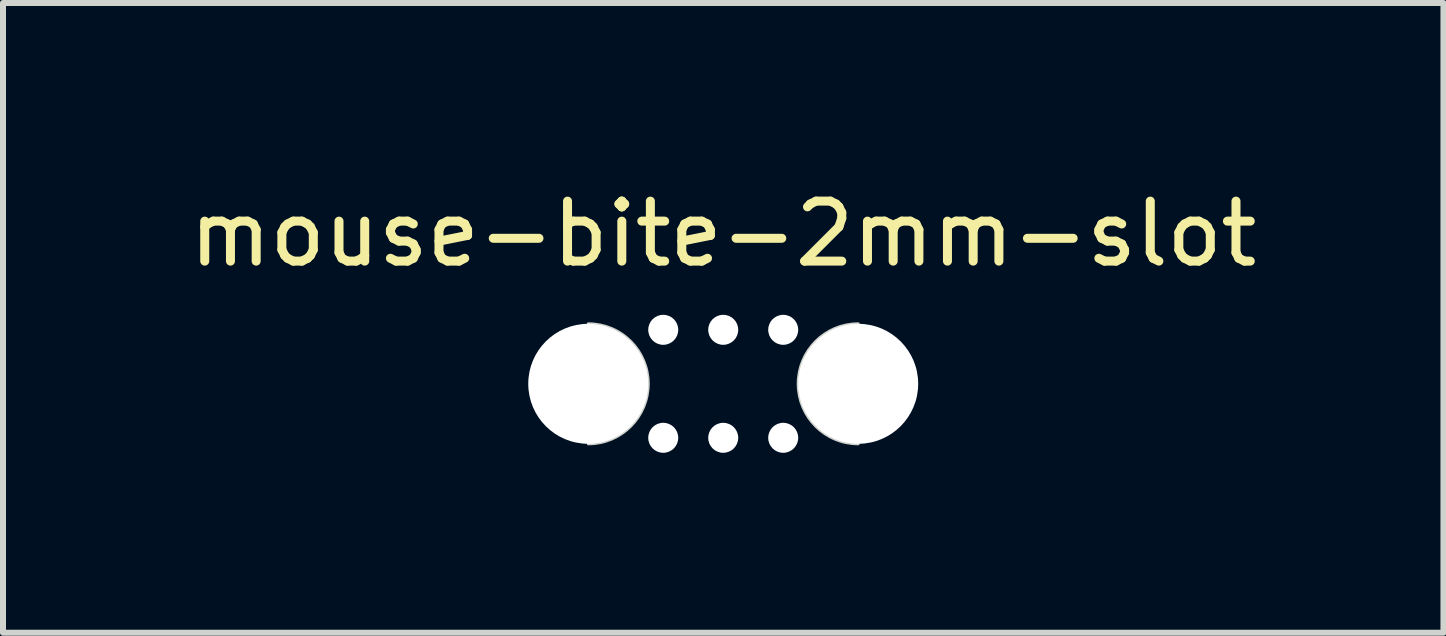
<source format=kicad_pcb>
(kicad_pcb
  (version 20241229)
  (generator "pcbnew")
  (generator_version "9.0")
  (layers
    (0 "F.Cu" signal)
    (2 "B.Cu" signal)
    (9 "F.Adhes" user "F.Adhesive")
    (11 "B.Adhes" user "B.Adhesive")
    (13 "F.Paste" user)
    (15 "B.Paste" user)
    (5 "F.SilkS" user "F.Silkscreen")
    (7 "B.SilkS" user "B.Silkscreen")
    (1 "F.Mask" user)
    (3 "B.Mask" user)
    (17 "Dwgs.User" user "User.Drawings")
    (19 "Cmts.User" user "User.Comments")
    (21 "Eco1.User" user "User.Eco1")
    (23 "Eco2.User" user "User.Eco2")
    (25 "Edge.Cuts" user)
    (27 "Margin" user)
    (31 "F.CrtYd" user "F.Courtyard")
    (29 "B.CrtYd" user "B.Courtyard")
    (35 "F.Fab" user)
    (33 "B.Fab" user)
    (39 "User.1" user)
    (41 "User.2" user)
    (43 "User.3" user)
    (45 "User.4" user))
  (footprint "mouse-bite-2mm-slot"
    (layer "F.Cu")
    (at 9.006 3.348)
    (property "Reference" "mouse-bite-2mm-slot" (at 0 -2.5 0) (layer "F.SilkS") (effects (font (size 1 1) (thickness 0.15))))
    (attr exclude_from_pos_files exclude_from_bom)
    (fp_arc (start -2.25 -1) (mid -1.25 0) (end -2.25 1) (stroke (width 0.05) (type default)) (layer "Edge.Cuts"))
    (fp_arc (start 2.25 1) (mid 1.25 0) (end 2.25 -1) (stroke (width 0.05) (type default)) (layer "Edge.Cuts"))
    (pad "" np_thru_hole circle (at -2.25 0 180) (size 2 2) (drill 2) (layers "*.Cu"))
    (pad "" np_thru_hole circle (at -1 -0.9) (size 0.5 0.5) (drill 0.5) (layers "*.Cu"))
    (pad "" np_thru_hole circle (at -1 0.9) (size 0.5 0.5) (drill 0.5) (layers "*.Cu"))
    (pad "" np_thru_hole circle (at 0 -0.9) (size 0.5 0.5) (drill 0.5) (layers "*.Cu"))
    (pad "" np_thru_hole circle (at 0 0.9) (size 0.5 0.5) (drill 0.5) (layers "*.Cu"))
    (pad "" np_thru_hole circle (at 1 -0.9) (size 0.5 0.5) (drill 0.5) (layers "*.Cu"))
    (pad "" np_thru_hole circle (at 1 0.9) (size 0.5 0.5) (drill 0.5) (layers "*.Cu"))
    (pad "" np_thru_hole circle (at 2.25 0) (size 2 2) (drill 2) (layers "*.Cu")))
  (gr_rect
    (start -3 -3)
    (end 21.012 7.498)
    (stroke (width 0.1) (type default))
    (fill no)
    (layer "Edge.Cuts")))
</source>
